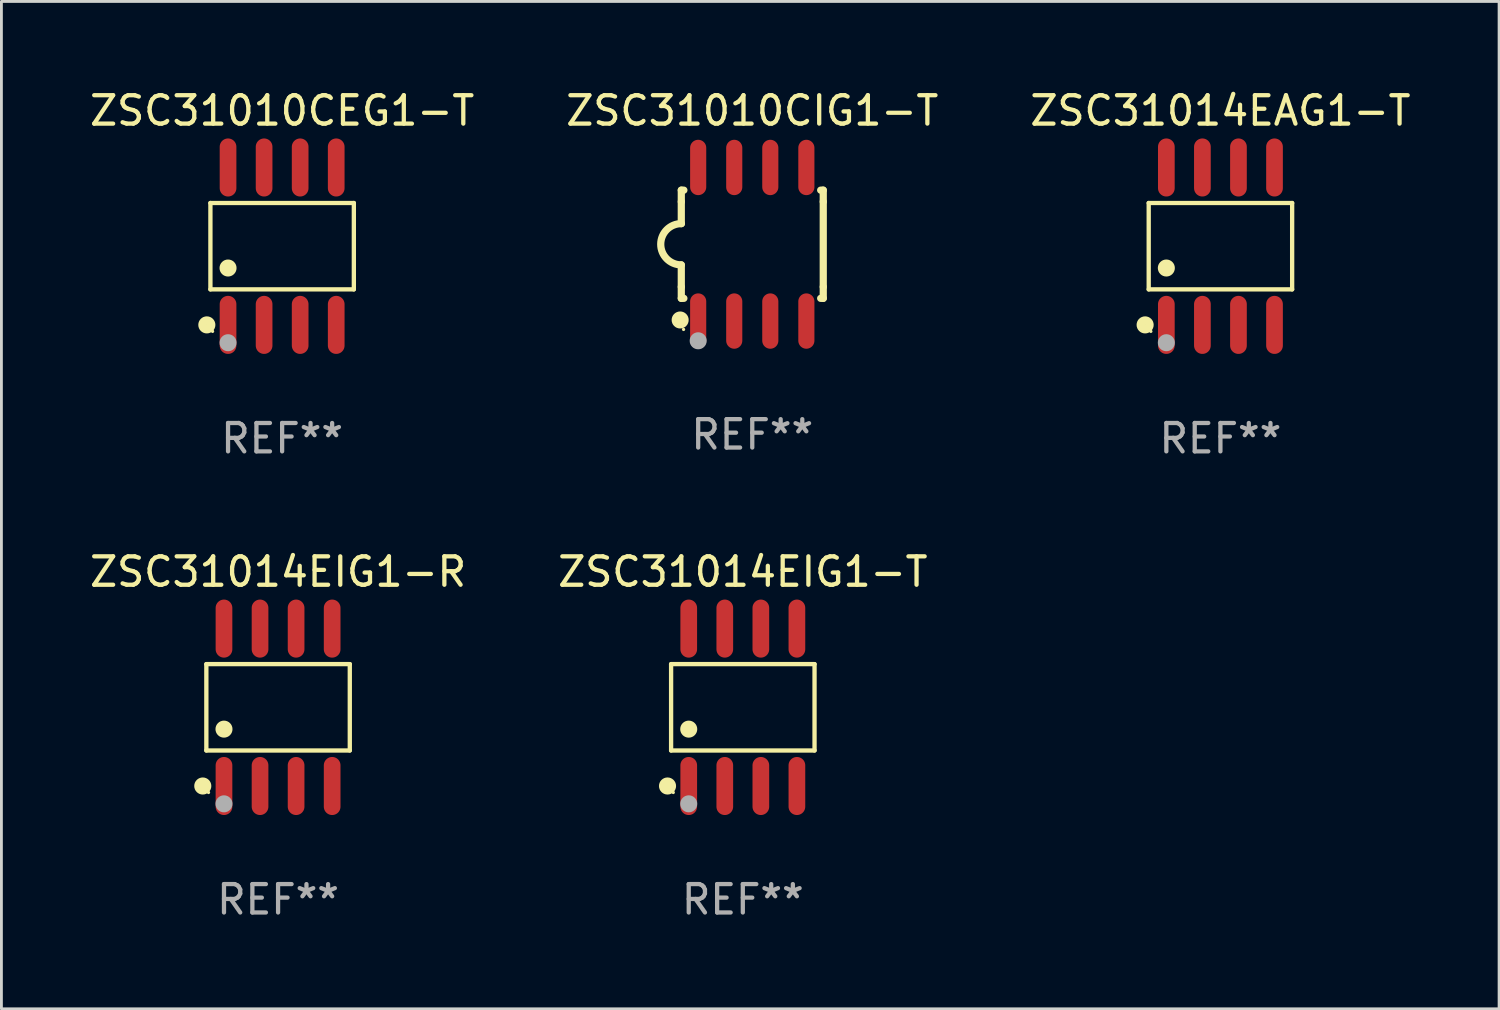
<source format=kicad_pcb>
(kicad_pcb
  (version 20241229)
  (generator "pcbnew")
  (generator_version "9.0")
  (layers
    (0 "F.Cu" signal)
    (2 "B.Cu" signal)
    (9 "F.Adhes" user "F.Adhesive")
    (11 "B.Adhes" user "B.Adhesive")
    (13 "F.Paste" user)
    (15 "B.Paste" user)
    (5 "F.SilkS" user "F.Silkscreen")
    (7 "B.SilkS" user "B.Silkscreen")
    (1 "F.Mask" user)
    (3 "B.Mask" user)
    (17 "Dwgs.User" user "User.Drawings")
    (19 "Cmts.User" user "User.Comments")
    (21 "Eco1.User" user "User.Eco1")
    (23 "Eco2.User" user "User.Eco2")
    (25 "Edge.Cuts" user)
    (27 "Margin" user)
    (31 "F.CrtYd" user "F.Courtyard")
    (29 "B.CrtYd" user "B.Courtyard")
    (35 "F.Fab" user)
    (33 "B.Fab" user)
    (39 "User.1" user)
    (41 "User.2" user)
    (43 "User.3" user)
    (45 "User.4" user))
  (footprint "ZSC31014EAG1-T"
    (layer "F.Cu")
    (at 39.935 5.621)
    (property "Reference" "ZSC31014EAG1-T" (at 0 -4.772 0) (layer "F.SilkS") (effects (font (size 1 1) (thickness 0.15))))
    (attr through_hole)
    (fp_line (start -2.526 -1.521) (end 2.526 -1.521) (stroke (width 0.152) (type solid)) (layer "F.SilkS"))
    (fp_line (start -2.526 1.521) (end -2.526 -1.521) (stroke (width 0.152) (type solid)) (layer "F.SilkS"))
    (fp_line (start 2.526 -1.521) (end 2.526 1.521) (stroke (width 0.152) (type solid)) (layer "F.SilkS"))
    (fp_line (start 2.526 1.521) (end -2.526 1.521) (stroke (width 0.152) (type solid)) (layer "F.SilkS"))
    (fp_circle (center -2.652 2.772) (end -2.501 2.772) (stroke (width 0.3) (type solid)) (fill no) (layer "F.SilkS"))
    (fp_circle (center -2.45 3) (end -2.42 3) (stroke (width 0.06) (type solid)) (fill no) (layer "F.SilkS"))
    (fp_circle (center -1.905 0.769) (end -1.755 0.769) (stroke (width 0.3) (type solid)) (fill no) (layer "F.SilkS"))
    (fp_circle (center -1.905 3.4) (end -1.755 3.4) (stroke (width 0.3) (type solid)) (fill no) (layer "F.Fab"))
    (fp_text user "REF**" (at 0 6.772 0) (layer "F.Fab") (effects (font (size 1 1) (thickness 0.15))))
    (pad "1" smd oval (at -1.905 2.772) (size 0.588 2.045) (layers "F.Cu" "F.Mask" "F.Paste"))
    (pad "2" smd oval (at -0.635 2.772) (size 0.588 2.045) (layers "F.Cu" "F.Mask" "F.Paste"))
    (pad "3" smd oval (at 0.635 2.772) (size 0.588 2.045) (layers "F.Cu" "F.Mask" "F.Paste"))
    (pad "4" smd oval (at 1.905 2.772) (size 0.588 2.045) (layers "F.Cu" "F.Mask" "F.Paste"))
    (pad "5" smd oval (at 1.905 -2.772) (size 0.588 2.045) (layers "F.Cu" "F.Mask" "F.Paste"))
    (pad "6" smd oval (at 0.635 -2.772) (size 0.588 2.045) (layers "F.Cu" "F.Mask" "F.Paste"))
    (pad "7" smd oval (at -0.635 -2.772) (size 0.588 2.045) (layers "F.Cu" "F.Mask" "F.Paste"))
    (pad "8" smd oval (at -1.905 -2.772) (size 0.588 2.045) (layers "F.Cu" "F.Mask" "F.Paste")))
  (footprint "ZSC31010CIG1-T"
    (layer "F.Cu")
    (at 23.446 5.553)
    (property "Reference" "ZSC31010CIG1-T" (at 0 -4.705 0) (layer "F.SilkS") (effects (font (size 1 1) (thickness 0.15))))
    (attr through_hole)
    (fp_line (start -2.5 -1.905) (end -2.409 -1.905) (stroke (width 0.254) (type solid)) (layer "F.SilkS"))
    (fp_line (start -2.5 -1.5) (end -2.5 -1.905) (stroke (width 0.254) (type solid)) (layer "F.SilkS"))
    (fp_line (start -2.5 -1.5) (end -2.5 -0.726) (stroke (width 0.254) (type solid)) (layer "F.SilkS"))
    (fp_line (start -2.5 1.5) (end -2.5 0.727) (stroke (width 0.254) (type solid)) (layer "F.SilkS"))
    (fp_line (start -2.5 1.5) (end -2.5 1.905) (stroke (width 0.254) (type solid)) (layer "F.SilkS"))
    (fp_line (start -2.5 1.905) (end -2.409 1.905) (stroke (width 0.254) (type solid)) (layer "F.SilkS"))
    (fp_line (start 2.5 -1.905) (end 2.409 -1.905) (stroke (width 0.254) (type solid)) (layer "F.SilkS"))
    (fp_line (start 2.5 -1.5) (end 2.5 -1.905) (stroke (width 0.254) (type solid)) (layer "F.SilkS"))
    (fp_line (start 2.5 -1.5) (end 2.5 1.5) (stroke (width 0.254) (type solid)) (layer "F.SilkS"))
    (fp_line (start 2.5 1.5) (end 2.5 1.905) (stroke (width 0.254) (type solid)) (layer "F.SilkS"))
    (fp_line (start 2.5 1.905) (end 2.409 1.905) (stroke (width 0.254) (type solid)) (layer "F.SilkS"))
    (fp_arc (start -2.5 0.726568) (mid -3.220316 -0.0023) (end -2.495097 -0.726289) (stroke (width 0.254001) (type solid)) (layer "F.SilkS"))
    (fp_circle (center -2.54 2.667) (end -2.39 2.667) (stroke (width 0.3) (type solid)) (fill no) (layer "F.SilkS"))
    (fp_circle (center -2.42 3) (end -2.39 3) (stroke (width 0.06) (type solid)) (fill no) (layer "F.SilkS"))
    (fp_circle (center -1.905 3.4) (end -1.755 3.4) (stroke (width 0.3) (type solid)) (fill no) (layer "F.Fab"))
    (fp_text user "REF**" (at 0 6.705 0) (layer "F.Fab") (effects (font (size 1 1) (thickness 0.15))))
    (pad "1" smd oval (at -1.905 2.705) (size 0.568 1.95) (layers "F.Cu" "F.Mask" "F.Paste"))
    (pad "2" smd oval (at -0.635 2.705) (size 0.568 1.95) (layers "F.Cu" "F.Mask" "F.Paste"))
    (pad "3" smd oval (at 0.635 2.705) (size 0.568 1.95) (layers "F.Cu" "F.Mask" "F.Paste"))
    (pad "4" smd oval (at 1.905 2.705) (size 0.568 1.95) (layers "F.Cu" "F.Mask" "F.Paste"))
    (pad "5" smd oval (at 1.905 -2.705) (size 0.568 1.95) (layers "F.Cu" "F.Mask" "F.Paste"))
    (pad "6" smd oval (at 0.635 -2.705) (size 0.568 1.95) (layers "F.Cu" "F.Mask" "F.Paste"))
    (pad "7" smd oval (at -0.635 -2.705) (size 0.568 1.95) (layers "F.Cu" "F.Mask" "F.Paste"))
    (pad "8" smd oval (at -1.905 -2.705) (size 0.568 1.95) (layers "F.Cu" "F.Mask" "F.Paste")))
  (footprint "ZSC31010CEG1-T"
    (layer "F.Cu")
    (at 6.887 5.621)
    (property "Reference" "ZSC31010CEG1-T" (at 0 -4.772 0) (layer "F.SilkS") (effects (font (size 1 1) (thickness 0.15))))
    (attr through_hole)
    (fp_line (start -2.526 -1.521) (end 2.526 -1.521) (stroke (width 0.152) (type solid)) (layer "F.SilkS"))
    (fp_line (start -2.526 1.521) (end -2.526 -1.521) (stroke (width 0.152) (type solid)) (layer "F.SilkS"))
    (fp_line (start 2.526 -1.521) (end 2.526 1.521) (stroke (width 0.152) (type solid)) (layer "F.SilkS"))
    (fp_line (start 2.526 1.521) (end -2.526 1.521) (stroke (width 0.152) (type solid)) (layer "F.SilkS"))
    (fp_circle (center -2.652 2.772) (end -2.501 2.772) (stroke (width 0.3) (type solid)) (fill no) (layer "F.SilkS"))
    (fp_circle (center -2.45 3) (end -2.42 3) (stroke (width 0.06) (type solid)) (fill no) (layer "F.SilkS"))
    (fp_circle (center -1.905 0.769) (end -1.755 0.769) (stroke (width 0.3) (type solid)) (fill no) (layer "F.SilkS"))
    (fp_circle (center -1.905 3.4) (end -1.755 3.4) (stroke (width 0.3) (type solid)) (fill no) (layer "F.Fab"))
    (fp_text user "REF**" (at 0 6.772 0) (layer "F.Fab") (effects (font (size 1 1) (thickness 0.15))))
    (pad "1" smd oval (at -1.905 2.772) (size 0.588 2.045) (layers "F.Cu" "F.Mask" "F.Paste"))
    (pad "2" smd oval (at -0.635 2.772) (size 0.588 2.045) (layers "F.Cu" "F.Mask" "F.Paste"))
    (pad "3" smd oval (at 0.635 2.772) (size 0.588 2.045) (layers "F.Cu" "F.Mask" "F.Paste"))
    (pad "4" smd oval (at 1.905 2.772) (size 0.588 2.045) (layers "F.Cu" "F.Mask" "F.Paste"))
    (pad "5" smd oval (at 1.905 -2.772) (size 0.588 2.045) (layers "F.Cu" "F.Mask" "F.Paste"))
    (pad "6" smd oval (at 0.635 -2.772) (size 0.588 2.045) (layers "F.Cu" "F.Mask" "F.Paste"))
    (pad "7" smd oval (at -0.635 -2.772) (size 0.588 2.045) (layers "F.Cu" "F.Mask" "F.Paste"))
    (pad "8" smd oval (at -1.905 -2.772) (size 0.588 2.045) (layers "F.Cu" "F.Mask" "F.Paste")))
  (footprint "ZSC31014EIG1-R"
    (layer "F.Cu")
    (at 6.744 21.862)
    (property "Reference" "ZSC31014EIG1-R" (at 0 -4.772 0) (layer "F.SilkS") (effects (font (size 1 1) (thickness 0.15))))
    (attr through_hole)
    (fp_line (start -2.526 -1.521) (end 2.526 -1.521) (stroke (width 0.152) (type solid)) (layer "F.SilkS"))
    (fp_line (start -2.526 1.521) (end -2.526 -1.521) (stroke (width 0.152) (type solid)) (layer "F.SilkS"))
    (fp_line (start 2.526 -1.521) (end 2.526 1.521) (stroke (width 0.152) (type solid)) (layer "F.SilkS"))
    (fp_line (start 2.526 1.521) (end -2.526 1.521) (stroke (width 0.152) (type solid)) (layer "F.SilkS"))
    (fp_circle (center -2.652 2.772) (end -2.501 2.772) (stroke (width 0.3) (type solid)) (fill no) (layer "F.SilkS"))
    (fp_circle (center -2.45 3) (end -2.42 3) (stroke (width 0.06) (type solid)) (fill no) (layer "F.SilkS"))
    (fp_circle (center -1.905 0.769) (end -1.755 0.769) (stroke (width 0.3) (type solid)) (fill no) (layer "F.SilkS"))
    (fp_circle (center -1.905 3.4) (end -1.755 3.4) (stroke (width 0.3) (type solid)) (fill no) (layer "F.Fab"))
    (fp_text user "REF**" (at 0 6.772 0) (layer "F.Fab") (effects (font (size 1 1) (thickness 0.15))))
    (pad "1" smd oval (at -1.905 2.772) (size 0.588 2.045) (layers "F.Cu" "F.Mask" "F.Paste"))
    (pad "2" smd oval (at -0.635 2.772) (size 0.588 2.045) (layers "F.Cu" "F.Mask" "F.Paste"))
    (pad "3" smd oval (at 0.635 2.772) (size 0.588 2.045) (layers "F.Cu" "F.Mask" "F.Paste"))
    (pad "4" smd oval (at 1.905 2.772) (size 0.588 2.045) (layers "F.Cu" "F.Mask" "F.Paste"))
    (pad "5" smd oval (at 1.905 -2.772) (size 0.588 2.045) (layers "F.Cu" "F.Mask" "F.Paste"))
    (pad "6" smd oval (at 0.635 -2.772) (size 0.588 2.045) (layers "F.Cu" "F.Mask" "F.Paste"))
    (pad "7" smd oval (at -0.635 -2.772) (size 0.588 2.045) (layers "F.Cu" "F.Mask" "F.Paste"))
    (pad "8" smd oval (at -1.905 -2.772) (size 0.588 2.045) (layers "F.Cu" "F.Mask" "F.Paste")))
  (footprint "ZSC31014EIG1-T"
    (layer "F.Cu")
    (at 23.113 21.862)
    (property "Reference" "ZSC31014EIG1-T" (at 0 -4.772 0) (layer "F.SilkS") (effects (font (size 1 1) (thickness 0.15))))
    (attr through_hole)
    (fp_line (start -2.526 -1.521) (end 2.526 -1.521) (stroke (width 0.152) (type solid)) (layer "F.SilkS"))
    (fp_line (start -2.526 1.521) (end -2.526 -1.521) (stroke (width 0.152) (type solid)) (layer "F.SilkS"))
    (fp_line (start 2.526 -1.521) (end 2.526 1.521) (stroke (width 0.152) (type solid)) (layer "F.SilkS"))
    (fp_line (start 2.526 1.521) (end -2.526 1.521) (stroke (width 0.152) (type solid)) (layer "F.SilkS"))
    (fp_circle (center -2.652 2.772) (end -2.501 2.772) (stroke (width 0.3) (type solid)) (fill no) (layer "F.SilkS"))
    (fp_circle (center -2.45 3) (end -2.42 3) (stroke (width 0.06) (type solid)) (fill no) (layer "F.SilkS"))
    (fp_circle (center -1.905 0.769) (end -1.755 0.769) (stroke (width 0.3) (type solid)) (fill no) (layer "F.SilkS"))
    (fp_circle (center -1.905 3.4) (end -1.755 3.4) (stroke (width 0.3) (type solid)) (fill no) (layer "F.Fab"))
    (fp_text user "REF**" (at 0 6.772 0) (layer "F.Fab") (effects (font (size 1 1) (thickness 0.15))))
    (pad "1" smd oval (at -1.905 2.772) (size 0.588 2.045) (layers "F.Cu" "F.Mask" "F.Paste"))
    (pad "2" smd oval (at -0.635 2.772) (size 0.588 2.045) (layers "F.Cu" "F.Mask" "F.Paste"))
    (pad "3" smd oval (at 0.635 2.772) (size 0.588 2.045) (layers "F.Cu" "F.Mask" "F.Paste"))
    (pad "4" smd oval (at 1.905 2.772) (size 0.588 2.045) (layers "F.Cu" "F.Mask" "F.Paste"))
    (pad "5" smd oval (at 1.905 -2.772) (size 0.588 2.045) (layers "F.Cu" "F.Mask" "F.Paste"))
    (pad "6" smd oval (at 0.635 -2.772) (size 0.588 2.045) (layers "F.Cu" "F.Mask" "F.Paste"))
    (pad "7" smd oval (at -0.635 -2.772) (size 0.588 2.045) (layers "F.Cu" "F.Mask" "F.Paste"))
    (pad "8" smd oval (at -1.905 -2.772) (size 0.588 2.045) (layers "F.Cu" "F.Mask" "F.Paste")))
  (gr_rect
    (start -3 -3)
    (end 49.75 32.483)
    (stroke (width 0.1) (type default))
    (fill no)
    (layer "Edge.Cuts")))
</source>
